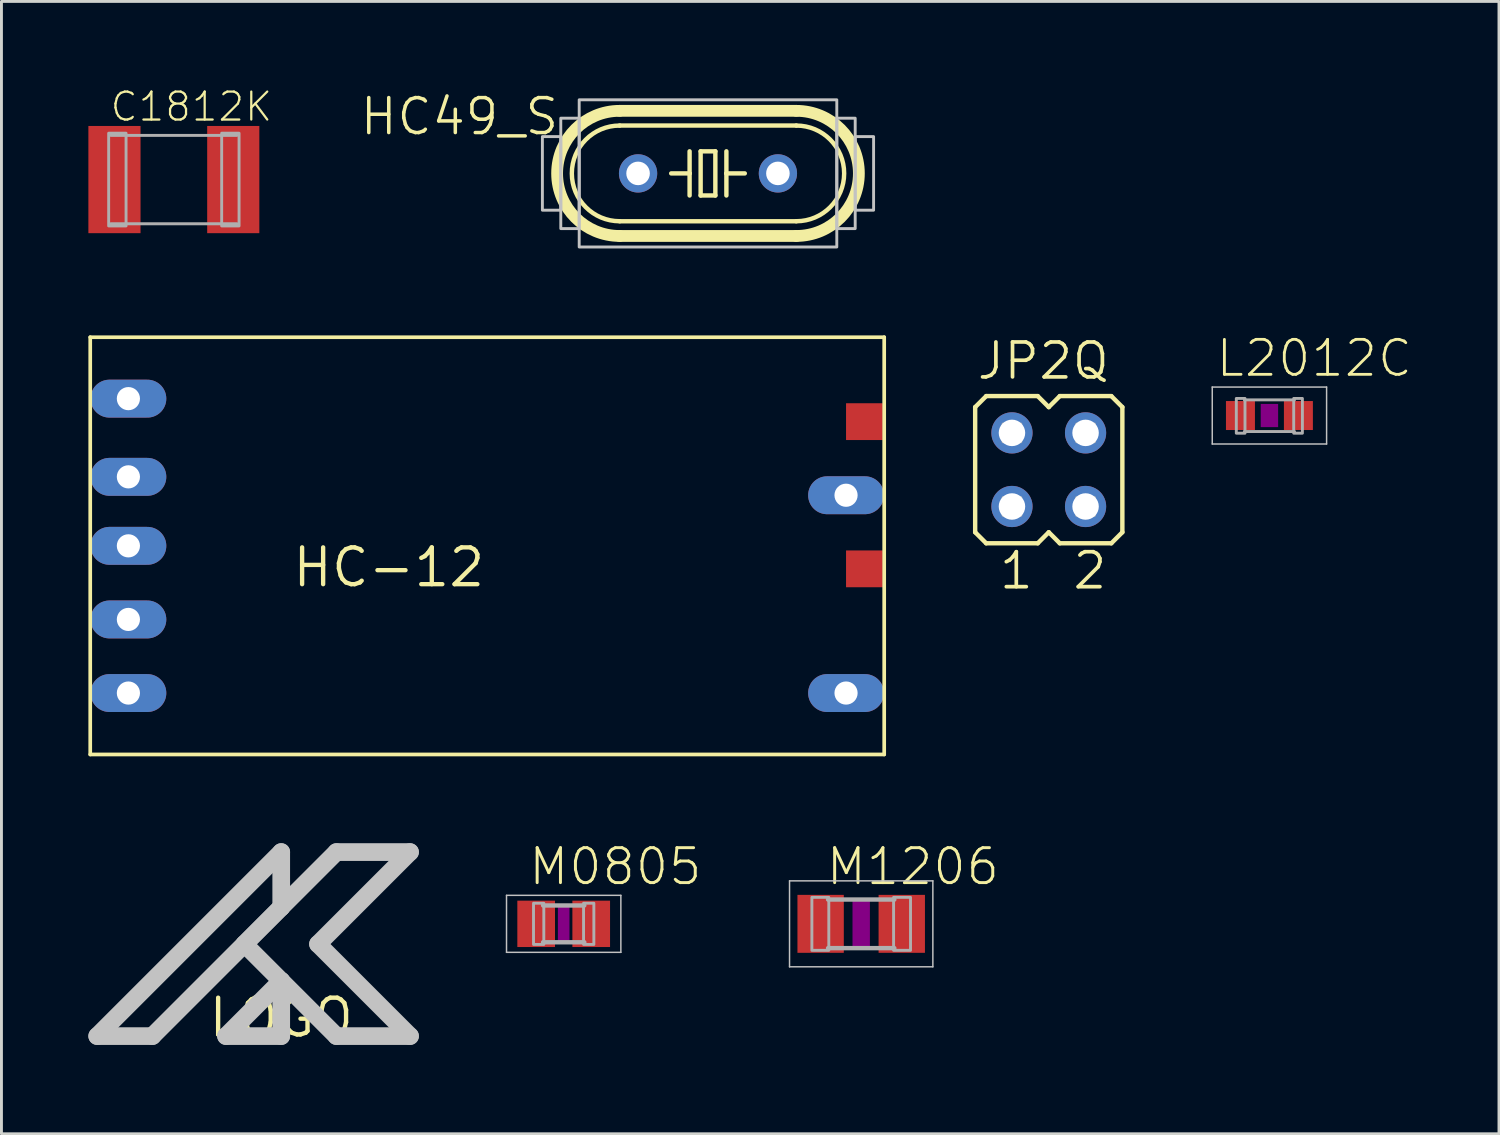
<source format=kicad_pcb>
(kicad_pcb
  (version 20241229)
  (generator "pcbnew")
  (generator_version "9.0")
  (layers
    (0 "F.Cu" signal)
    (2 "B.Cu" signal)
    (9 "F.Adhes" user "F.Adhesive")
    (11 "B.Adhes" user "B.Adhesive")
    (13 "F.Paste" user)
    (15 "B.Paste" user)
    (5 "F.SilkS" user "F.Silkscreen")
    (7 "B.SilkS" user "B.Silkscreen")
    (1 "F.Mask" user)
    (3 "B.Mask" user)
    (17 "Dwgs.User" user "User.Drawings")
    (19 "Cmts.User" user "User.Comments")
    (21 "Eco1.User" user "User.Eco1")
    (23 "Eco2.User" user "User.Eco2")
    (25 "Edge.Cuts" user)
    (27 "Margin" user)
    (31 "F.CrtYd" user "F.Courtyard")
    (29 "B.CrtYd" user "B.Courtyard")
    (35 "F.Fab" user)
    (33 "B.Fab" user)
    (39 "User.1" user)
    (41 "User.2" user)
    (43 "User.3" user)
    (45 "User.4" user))
  (footprint "M1206"
    (layer "F.Cu")
    (at 26.67 28.832)
    (property "Reference" "M1206" (at -1.27 -1.27 0) (layer "F.SilkS") (effects (font (size 1.206 1.206) (thickness 0.102)) (justify left bottom)))
    (attr through_hole)
    (fp_poly (pts (xy -0.3 0.8) (xy 0.3 0.8) (xy 0.3 -0.8) (xy -0.3 -0.8)) (stroke (width 0) (type solid)) (fill yes) (layer "F.Adhes"))
    (fp_line (start -2.473 -1.483) (end 2.473 -1.483) (stroke (width 0.051) (type solid)) (layer "Dwgs.User"))
    (fp_line (start -2.473 1.483) (end -2.473 -1.483) (stroke (width 0.051) (type solid)) (layer "Dwgs.User"))
    (fp_line (start 2.473 -1.483) (end 2.473 1.483) (stroke (width 0.051) (type solid)) (layer "Dwgs.User"))
    (fp_line (start 2.473 1.483) (end -2.473 1.483) (stroke (width 0.051) (type solid)) (layer "Dwgs.User"))
    (fp_line (start 1.143 -0.838) (end -1.143 -0.838) (stroke (width 0.152) (type solid)) (layer "F.Fab"))
    (fp_line (start 1.143 0.838) (end -1.143 0.838) (stroke (width 0.152) (type solid)) (layer "F.Fab"))
    (fp_poly (pts (xy -1.702 0.914) (xy -1.118 0.914) (xy -1.118 -0.914) (xy -1.702 -0.914)) (stroke (width 0.1) (type solid)) (fill no) (layer "F.Fab"))
    (fp_poly (pts (xy 1.118 0.914) (xy 1.702 0.914) (xy 1.702 -0.914) (xy 1.118 -0.914)) (stroke (width 0.1) (type solid)) (fill no) (layer "F.Fab"))
    (pad "1" smd rect (at -1.4 0) (size 1.6 2) (layers "F.Cu" "F.Mask" "F.Paste"))
    (pad "2" smd rect (at 1.4 0) (size 1.6 2) (layers "F.Cu" "F.Mask" "F.Paste")))
  (footprint "M0805"
    (layer "F.Cu")
    (at 16.403 28.832)
    (property "Reference" "M0805" (at -1.27 -1.27 0) (layer "F.SilkS") (effects (font (size 1.206 1.206) (thickness 0.102)) (justify left bottom)))
    (attr through_hole)
    (fp_poly (pts (xy -0.2 0.6) (xy 0.2 0.6) (xy 0.2 -0.6) (xy -0.2 -0.6)) (stroke (width 0) (type solid)) (fill yes) (layer "F.Adhes"))
    (fp_line (start -1.973 -0.983) (end 1.973 -0.983) (stroke (width 0.051) (type solid)) (layer "Dwgs.User"))
    (fp_line (start -1.973 0.983) (end -1.973 -0.983) (stroke (width 0.051) (type solid)) (layer "Dwgs.User"))
    (fp_line (start 1.973 -0.983) (end 1.973 0.983) (stroke (width 0.051) (type solid)) (layer "Dwgs.User"))
    (fp_line (start 1.973 0.983) (end -1.973 0.983) (stroke (width 0.051) (type solid)) (layer "Dwgs.User"))
    (fp_line (start 0.711 -0.635) (end -0.711 -0.635) (stroke (width 0.152) (type solid)) (layer "F.Fab"))
    (fp_line (start 0.711 0.635) (end -0.711 0.635) (stroke (width 0.152) (type solid)) (layer "F.Fab"))
    (fp_poly (pts (xy -1.041 0.711) (xy -0.686 0.711) (xy -0.686 -0.711) (xy -1.041 -0.711)) (stroke (width 0.1) (type solid)) (fill no) (layer "F.Fab"))
    (fp_poly (pts (xy 0.686 0.711) (xy 1.041 0.711) (xy 1.041 -0.711) (xy 0.686 -0.711)) (stroke (width 0.1) (type solid)) (fill no) (layer "F.Fab"))
    (pad "1" smd rect (at -0.95 0) (size 1.3 1.6) (layers "F.Cu" "F.Mask" "F.Paste"))
    (pad "2" smd rect (at 0.95 0) (size 1.3 1.6) (layers "F.Cu" "F.Mask" "F.Paste")))
  (footprint "HC49_S"
    (layer "F.Cu")
    (at 21.383 2.934)
    (property "Reference" "HC49_S" (at -5.08 -2.667 180) (layer "F.SilkS") (effects (font (size 1.206 1.206) (thickness 0.121)) (justify right top)))
    (attr through_hole)
    (fp_line (start -3.048 -2.159) (end 3.048 -2.159) (stroke (width 0.406) (type solid)) (layer "F.SilkS"))
    (fp_line (start -3.048 1.651) (end 3.048 1.651) (stroke (width 0.152) (type solid)) (layer "F.SilkS"))
    (fp_line (start -3.048 2.159) (end 3.048 2.159) (stroke (width 0.406) (type solid)) (layer "F.SilkS"))
    (fp_line (start -0.635 -0.762) (end -0.635 0) (stroke (width 0.152) (type solid)) (layer "F.SilkS"))
    (fp_line (start -0.635 0) (end -1.27 0) (stroke (width 0.152) (type solid)) (layer "F.SilkS"))
    (fp_line (start -0.635 0) (end -0.635 0.762) (stroke (width 0.152) (type solid)) (layer "F.SilkS"))
    (fp_line (start -0.254 -0.762) (end 0.254 -0.762) (stroke (width 0.152) (type solid)) (layer "F.SilkS"))
    (fp_line (start -0.254 0.762) (end -0.254 -0.762) (stroke (width 0.152) (type solid)) (layer "F.SilkS"))
    (fp_line (start 0.254 -0.762) (end 0.254 0.762) (stroke (width 0.152) (type solid)) (layer "F.SilkS"))
    (fp_line (start 0.254 0.762) (end -0.254 0.762) (stroke (width 0.152) (type solid)) (layer "F.SilkS"))
    (fp_line (start 0.635 -0.762) (end 0.635 0) (stroke (width 0.152) (type solid)) (layer "F.SilkS"))
    (fp_line (start 0.635 0) (end 0.635 0.762) (stroke (width 0.152) (type solid)) (layer "F.SilkS"))
    (fp_line (start 0.635 0) (end 1.27 0) (stroke (width 0.152) (type solid)) (layer "F.SilkS"))
    (fp_line (start 3.048 -1.651) (end -3.048 -1.651) (stroke (width 0.152) (type solid)) (layer "F.SilkS"))
    (fp_arc (start -3.048 1.651) (mid -4.699 0) (end -3.048 -1.651) (stroke (width 0.1524) (type solid)) (layer "F.SilkS"))
    (fp_arc (start -3.048 2.159) (mid -5.207 0) (end -3.048 -2.159) (stroke (width 0.4064) (type solid)) (layer "F.SilkS"))
    (fp_arc (start 3.048 -2.159) (mid 5.207 0) (end 3.048 2.159) (stroke (width 0.4064) (type solid)) (layer "F.SilkS"))
    (fp_arc (start 3.048 -1.651) (mid 4.699 0) (end 3.048 1.651) (stroke (width 0.1524) (type solid)) (layer "F.SilkS"))
    (fp_poly (pts (xy -5.715 1.27) (xy -5.08 1.27) (xy -5.08 -1.27) (xy -5.715 -1.27)) (stroke (width 0.1) (type solid)) (fill no) (layer "Dwgs.User"))
    (fp_poly (pts (xy -5.08 1.905) (xy -4.445 1.905) (xy -4.445 -1.905) (xy -5.08 -1.905)) (stroke (width 0.1) (type solid)) (fill no) (layer "Dwgs.User"))
    (fp_poly (pts (xy -4.445 2.54) (xy 4.445 2.54) (xy 4.445 -2.54) (xy -4.445 -2.54)) (stroke (width 0.1) (type solid)) (fill no) (layer "Dwgs.User"))
    (fp_poly (pts (xy 4.445 1.905) (xy 5.08 1.905) (xy 5.08 -1.905) (xy 4.445 -1.905)) (stroke (width 0.1) (type solid)) (fill no) (layer "Dwgs.User"))
    (fp_poly (pts (xy 5.08 1.27) (xy 5.715 1.27) (xy 5.715 -1.27) (xy 5.08 -1.27)) (stroke (width 0.1) (type solid)) (fill no) (layer "Dwgs.User"))
    (pad "1" thru_hole circle (at -2.413 0) (size 1.321 1.321) (drill 0.813) (layers "*.Cu" "*.Mask"))
    (pad "2" thru_hole circle (at 2.413 0) (size 1.321 1.321) (drill 0.813) (layers "*.Cu" "*.Mask")))
  (footprint "HC-12"
    (layer "F.Cu")
    (at 13.764 15.787)
    (property "Reference" "HC-12" (at 0 0 0) (layer "F.SilkS") (effects (font (size 1.27 1.27) (thickness 0.15)) (justify right top)))
    (attr through_hole)
    (fp_line (start -13.7 -7.2) (end 13.7 -7.2) (stroke (width 0.127) (type solid)) (layer "F.SilkS"))
    (fp_line (start -13.7 7.2) (end -13.7 -7.2) (stroke (width 0.127) (type solid)) (layer "F.SilkS"))
    (fp_line (start 13.7 -7.2) (end 13.7 7.2) (stroke (width 0.127) (type solid)) (layer "F.SilkS"))
    (fp_line (start 13.7 7.2) (end -13.7 7.2) (stroke (width 0.127) (type solid)) (layer "F.SilkS"))
    (pad "P$1" thru_hole oval (at -12.383 -5.08) (size 2.616 1.308) (drill 0.8) (layers "*.Cu" "*.Mask"))
    (pad "P$2" thru_hole oval (at -12.383 -2.381) (size 2.616 1.308) (drill 0.8) (layers "*.Cu" "*.Mask"))
    (pad "P$3" thru_hole oval (at -12.383 0) (size 2.616 1.308) (drill 0.8) (layers "*.Cu" "*.Mask"))
    (pad "P$4" thru_hole oval (at -12.383 2.54) (size 2.616 1.308) (drill 0.8) (layers "*.Cu" "*.Mask"))
    (pad "P$5" thru_hole oval (at -12.383 5.08) (size 2.616 1.308) (drill 0.8) (layers "*.Cu" "*.Mask"))
    (pad "P$6" thru_hole oval (at 12.383 -1.746) (size 2.616 1.308) (drill 0.8) (layers "*.Cu" "*.Mask"))
    (pad "P$7" smd rect (at 13.018 -4.286) (size 1.27 1.27) (layers "F.Cu" "F.Mask" "F.Paste"))
    (pad "P$8" smd rect (at 13.018 0.794) (size 1.27 1.27) (layers "F.Cu" "F.Mask" "F.Paste"))
    (pad "P$9" thru_hole oval (at 12.383 5.08) (size 2.616 1.308) (drill 0.8) (layers "*.Cu" "*.Mask")))
  (footprint "C1812K"
    (layer "F.Cu")
    (at 2.95 3.147)
    (property "Reference" "C1812K" (at -2.25 -1.95 0) (layer "F.SilkS") (effects (font (size 0.965 0.965) (thickness 0.077)) (justify left bottom)))
    (attr through_hole)
    (fp_line (start -2.175 -1.525) (end 2.175 -1.525) (stroke (width 0.102) (type solid)) (layer "F.Fab"))
    (fp_line (start 2.175 1.525) (end -2.175 1.525) (stroke (width 0.102) (type solid)) (layer "F.Fab"))
    (fp_poly (pts (xy -2.25 1.6) (xy -1.65 1.6) (xy -1.65 -1.6) (xy -2.25 -1.6)) (stroke (width 0.1) (type solid)) (fill no) (layer "F.Fab"))
    (fp_poly (pts (xy 1.65 1.6) (xy 2.25 1.6) (xy 2.25 -1.6) (xy 1.65 -1.6)) (stroke (width 0.1) (type solid)) (fill no) (layer "F.Fab"))
    (pad "1" smd rect (at -2.05 0) (size 1.8 3.7) (layers "F.Cu" "F.Mask" "F.Paste"))
    (pad "2" smd rect (at 2.05 0) (size 1.8 3.7) (layers "F.Cu" "F.Mask" "F.Paste")))
  (footprint "LOGO"
    (layer "F.Cu")
    (at 6.655 32.07)
    (property "Reference" "LOGO" (at 0 0 0) (layer "F.SilkS") (effects (font (size 1.27 1.27) (thickness 0.15))))
    (attr through_hole)
    (fp_line (start -6.35 0.635) (end -4.445 0.635) (stroke (width 0.61) (type solid)) (layer "Dwgs.User"))
    (fp_line (start -4.445 0.635) (end 0 -3.81) (stroke (width 0.61) (type solid)) (layer "Dwgs.User"))
    (fp_line (start -1.905 0.635) (end 0 0.635) (stroke (width 0.61) (type solid)) (layer "Dwgs.User"))
    (fp_line (start -1.27 -2.54) (end 0 -3.81) (stroke (width 0.61) (type solid)) (layer "Dwgs.User"))
    (fp_line (start 0 -5.715) (end -6.35 0.635) (stroke (width 0.61) (type solid)) (layer "Dwgs.User"))
    (fp_line (start 0 -3.81) (end 0 -5.715) (stroke (width 0.61) (type solid)) (layer "Dwgs.User"))
    (fp_line (start 0 -3.81) (end 1.905 -5.715) (stroke (width 0.61) (type solid)) (layer "Dwgs.User"))
    (fp_line (start 0 -1.27) (end -1.905 0.635) (stroke (width 0.61) (type solid)) (layer "Dwgs.User"))
    (fp_line (start 0 -1.27) (end -1.27 -2.54) (stroke (width 0.61) (type solid)) (layer "Dwgs.User"))
    (fp_line (start 0 0.635) (end 0 -1.27) (stroke (width 0.61) (type solid)) (layer "Dwgs.User"))
    (fp_line (start 1.27 -2.54) (end 4.445 0.635) (stroke (width 0.61) (type solid)) (layer "Dwgs.User"))
    (fp_line (start 1.905 -5.715) (end 4.445 -5.715) (stroke (width 0.61) (type solid)) (layer "Dwgs.User"))
    (fp_line (start 1.905 0.635) (end 0 -1.27) (stroke (width 0.61) (type solid)) (layer "Dwgs.User"))
    (fp_line (start 4.445 -5.715) (end 1.27 -2.54) (stroke (width 0.61) (type solid)) (layer "Dwgs.User"))
    (fp_line (start 4.445 0.635) (end 1.905 0.635) (stroke (width 0.61) (type solid)) (layer "Dwgs.User"))
    (fp_poly (pts (xy -1.905 0.635) (xy 0 -1.27) (xy 0 0.635)) (stroke (width 0.1) (type solid)) (fill no) (layer "Dwgs.User"))
    (fp_poly (pts (xy -4.445 0.635) (xy 0 -3.81) (xy 0 -5.715) (xy -6.35 0.635)) (stroke (width 0.1) (type solid)) (fill no) (layer "Dwgs.User")))
  (footprint "L2012C"
    (layer "F.Cu")
    (at 40.758 11.29)
    (property "Reference" "L2012C" (at -1.905 -1.27 0) (layer "F.SilkS") (effects (font (size 1.206 1.206) (thickness 0.097)) (justify left bottom)))
    (attr through_hole)
    (fp_poly (pts (xy -0.3 0.4) (xy 0.3 0.4) (xy 0.3 -0.4) (xy -0.3 -0.4)) (stroke (width 0) (type solid)) (fill yes) (layer "F.Adhes"))
    (fp_line (start -1.973 -0.983) (end 1.973 -0.983) (stroke (width 0.051) (type solid)) (layer "Dwgs.User"))
    (fp_line (start -1.973 0.983) (end -1.973 -0.983) (stroke (width 0.051) (type solid)) (layer "Dwgs.User"))
    (fp_line (start 1.973 -0.983) (end 1.973 0.983) (stroke (width 0.051) (type solid)) (layer "Dwgs.User"))
    (fp_line (start 1.973 0.983) (end -1.973 0.983) (stroke (width 0.051) (type solid)) (layer "Dwgs.User"))
    (fp_line (start -0.864 -0.54) (end 0.864 -0.54) (stroke (width 0.102) (type solid)) (layer "F.Fab"))
    (fp_line (start -0.864 0.553) (end 0.864 0.553) (stroke (width 0.102) (type solid)) (layer "F.Fab"))
    (fp_poly (pts (xy -1.143 0.61) (xy -0.843 0.61) (xy -0.843 -0.59) (xy -1.143 -0.59)) (stroke (width 0.1) (type solid)) (fill no) (layer "F.Fab"))
    (fp_poly (pts (xy 0.838 0.61) (xy 1.138 0.61) (xy 1.138 -0.59) (xy 0.838 -0.59)) (stroke (width 0.1) (type solid)) (fill no) (layer "F.Fab"))
    (pad "1" smd rect (at -1 0) (size 1 1) (layers "F.Cu" "F.Mask" "F.Paste"))
    (pad "2" smd rect (at 1 0) (size 1 1) (layers "F.Cu" "F.Mask" "F.Paste")))
  (footprint "JP2Q"
    (layer "F.Cu")
    (at 33.143 13.159)
    (property "Reference" "JP2Q" (at -2.54 -3.048 0) (layer "F.SilkS") (effects (font (size 1.206 1.206) (thickness 0.127)) (justify left bottom)))
    (attr through_hole)
    (fp_line (start -2.54 -2.159) (end -2.159 -2.54) (stroke (width 0.152) (type solid)) (layer "F.SilkS"))
    (fp_line (start -2.54 2.159) (end -2.54 -2.159) (stroke (width 0.152) (type solid)) (layer "F.SilkS"))
    (fp_line (start -2.54 2.159) (end -2.159 2.54) (stroke (width 0.152) (type solid)) (layer "F.SilkS"))
    (fp_line (start -2.159 -2.54) (end -0.381 -2.54) (stroke (width 0.152) (type solid)) (layer "F.SilkS"))
    (fp_line (start -2.159 2.54) (end -0.381 2.54) (stroke (width 0.152) (type solid)) (layer "F.SilkS"))
    (fp_line (start -0.381 -2.54) (end 0 -2.159) (stroke (width 0.152) (type solid)) (layer "F.SilkS"))
    (fp_line (start 0 -2.159) (end 0.381 -2.54) (stroke (width 0.152) (type solid)) (layer "F.SilkS"))
    (fp_line (start 0 2.159) (end -0.381 2.54) (stroke (width 0.152) (type solid)) (layer "F.SilkS"))
    (fp_line (start 0 2.159) (end 0.381 2.54) (stroke (width 0.152) (type solid)) (layer "F.SilkS"))
    (fp_line (start 0.381 -2.54) (end 2.159 -2.54) (stroke (width 0.152) (type solid)) (layer "F.SilkS"))
    (fp_line (start 2.159 2.54) (end 0.381 2.54) (stroke (width 0.152) (type solid)) (layer "F.SilkS"))
    (fp_line (start 2.54 -2.159) (end 2.159 -2.54) (stroke (width 0.152) (type solid)) (layer "F.SilkS"))
    (fp_line (start 2.54 -2.159) (end 2.54 2.159) (stroke (width 0.152) (type solid)) (layer "F.SilkS"))
    (fp_line (start 2.54 2.159) (end 2.159 2.54) (stroke (width 0.152) (type solid)) (layer "F.SilkS"))
    (fp_poly (pts (xy -1.575 -0.965) (xy -0.965 -0.965) (xy -0.965 -1.575) (xy -1.575 -1.575)) (stroke (width 0.1) (type solid)) (fill no) (layer "F.Fab"))
    (fp_poly (pts (xy -1.575 1.575) (xy -0.965 1.575) (xy -0.965 0.965) (xy -1.575 0.965)) (stroke (width 0.1) (type solid)) (fill no) (layer "F.Fab"))
    (fp_poly (pts (xy 0.965 -0.965) (xy 1.575 -0.965) (xy 1.575 -1.575) (xy 0.965 -1.575)) (stroke (width 0.1) (type solid)) (fill no) (layer "F.Fab"))
    (fp_poly (pts (xy 0.965 1.575) (xy 1.575 1.575) (xy 1.575 0.965) (xy 0.965 0.965)) (stroke (width 0.1) (type solid)) (fill no) (layer "F.Fab"))
    (fp_text user "2" (at 0.762 4.191 0) (layer "F.SilkS") (effects (font (size 1.206 1.206) (thickness 0.127)) (justify left bottom)))
    (fp_text user "1" (at -1.778 4.191 0) (layer "F.SilkS") (effects (font (size 1.206 1.206) (thickness 0.127)) (justify left bottom)))
    (pad "1" thru_hole circle (at -1.27 1.27) (size 1.422 1.422) (drill 0.914) (layers "*.Cu" "*.Mask"))
    (pad "2" thru_hole circle (at 1.27 1.27) (size 1.422 1.422) (drill 0.914) (layers "*.Cu" "*.Mask"))
    (pad "3" thru_hole circle (at -1.27 -1.27) (size 1.422 1.422) (drill 0.914) (layers "*.Cu" "*.Mask"))
    (pad "4" thru_hole circle (at 1.27 -1.27) (size 1.422 1.422) (drill 0.914) (layers "*.Cu" "*.Mask")))
  (gr_rect
    (start -3 -3)
    (end 48.68 36.077)
    (stroke (width 0.1) (type default))
    (fill no)
    (layer "Edge.Cuts")))
</source>
